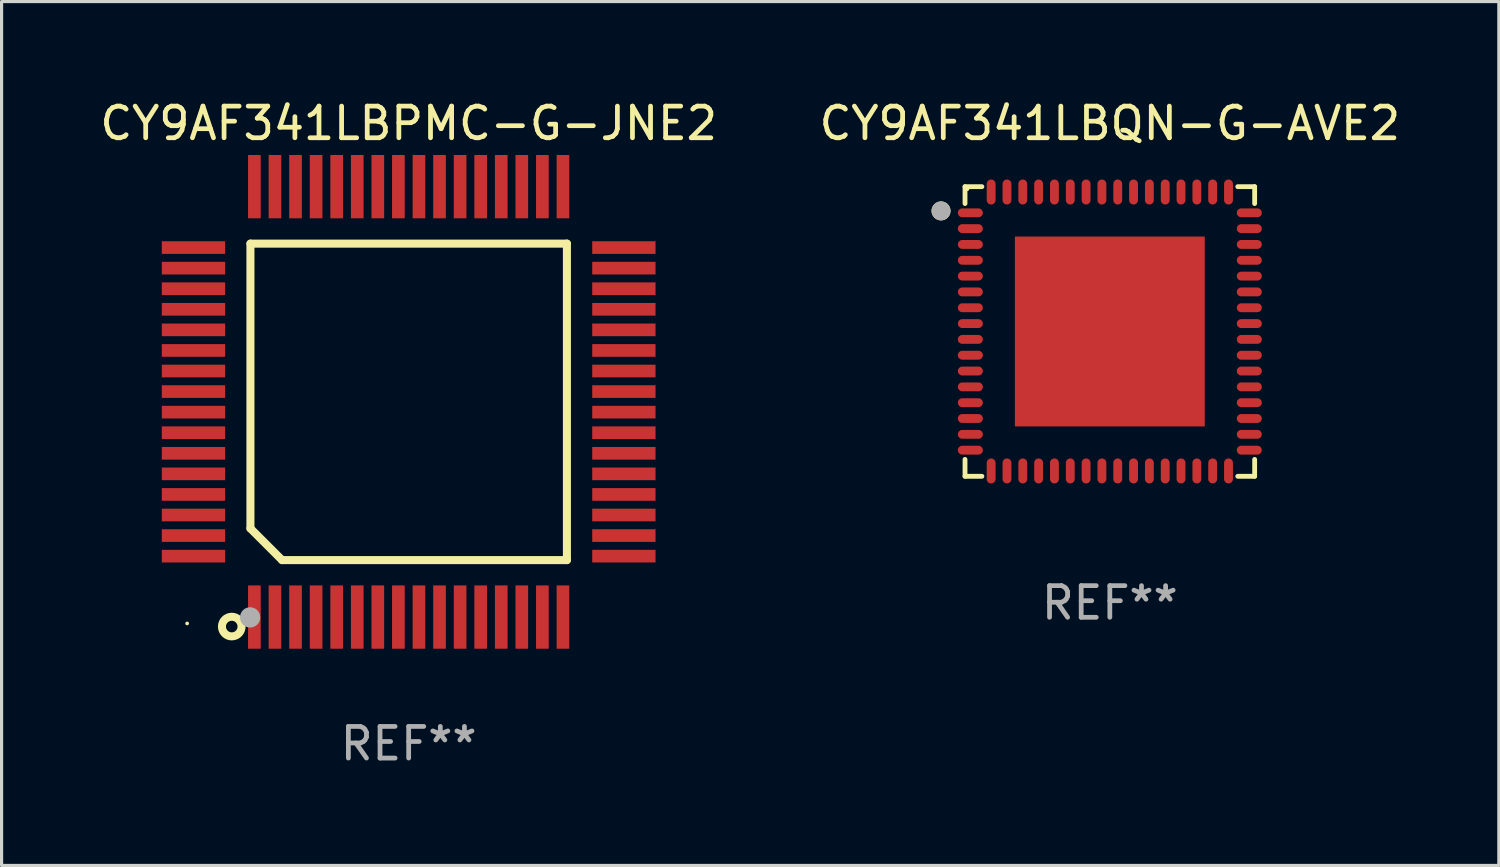
<source format=kicad_pcb>
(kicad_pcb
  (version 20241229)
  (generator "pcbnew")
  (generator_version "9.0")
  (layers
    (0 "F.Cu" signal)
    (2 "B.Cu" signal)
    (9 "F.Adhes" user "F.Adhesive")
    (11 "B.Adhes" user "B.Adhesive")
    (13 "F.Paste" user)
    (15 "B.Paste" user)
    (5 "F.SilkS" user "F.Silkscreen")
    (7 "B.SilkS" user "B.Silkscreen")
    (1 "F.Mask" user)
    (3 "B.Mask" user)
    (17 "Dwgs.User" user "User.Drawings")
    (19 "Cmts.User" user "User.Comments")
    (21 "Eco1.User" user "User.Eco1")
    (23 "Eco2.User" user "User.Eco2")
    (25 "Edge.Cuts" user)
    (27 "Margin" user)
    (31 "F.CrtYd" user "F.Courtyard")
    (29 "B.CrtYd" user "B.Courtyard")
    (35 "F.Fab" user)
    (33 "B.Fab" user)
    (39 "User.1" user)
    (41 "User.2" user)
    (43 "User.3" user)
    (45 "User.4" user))
  (footprint "CY9AF341LBQN-G-AVE2"
    (layer "F.Cu")
    (at 32.018 7.424)
    (property "Reference" "CY9AF341LBQN-G-AVE2" (at 0 -6.576 0) (layer "F.SilkS") (effects (font (size 1 1) (thickness 0.15))))
    (attr through_hole)
    (fp_line (start -4.576 -4.576) (end -4.042 -4.576) (stroke (width 0.152) (type solid)) (layer "F.SilkS"))
    (fp_line (start -4.576 -4.042) (end -4.576 -4.576) (stroke (width 0.152) (type solid)) (layer "F.SilkS"))
    (fp_line (start -4.576 4.042) (end -4.576 4.576) (stroke (width 0.152) (type solid)) (layer "F.SilkS"))
    (fp_line (start -4.576 4.576) (end -4.042 4.576) (stroke (width 0.152) (type solid)) (layer "F.SilkS"))
    (fp_line (start 4.576 -4.576) (end 4.042 -4.576) (stroke (width 0.152) (type solid)) (layer "F.SilkS"))
    (fp_line (start 4.576 -4.042) (end 4.576 -4.576) (stroke (width 0.152) (type solid)) (layer "F.SilkS"))
    (fp_line (start 4.576 4.042) (end 4.576 4.576) (stroke (width 0.152) (type solid)) (layer "F.SilkS"))
    (fp_line (start 4.576 4.576) (end 4.042 4.576) (stroke (width 0.152) (type solid)) (layer "F.SilkS"))
    (fp_circle (center -5.334 -3.81) (end -5.184 -3.81) (stroke (width 0.3) (type solid)) (fill no) (layer "F.SilkS"))
    (fp_circle (center -4.5 -4.5) (end -4.47 -4.5) (stroke (width 0.06) (type solid)) (fill no) (layer "F.SilkS"))
    (fp_circle (center -5.334 -3.81) (end -5.184 -3.81) (stroke (width 0.3) (type solid)) (fill no) (layer "F.Fab"))
    (fp_text user "REF**" (at 0 8.576 0) (layer "F.Fab") (effects (font (size 1 1) (thickness 0.15))))
    (pad "1" smd oval (at -4.407 -3.75) (size 0.79 0.28) (layers "F.Cu" "F.Mask" "F.Paste"))
    (pad "2" smd oval (at -4.407 -3.25) (size 0.79 0.28) (layers "F.Cu" "F.Mask" "F.Paste"))
    (pad "3" smd oval (at -4.407 -2.75) (size 0.79 0.28) (layers "F.Cu" "F.Mask" "F.Paste"))
    (pad "4" smd oval (at -4.407 -2.25) (size 0.79 0.28) (layers "F.Cu" "F.Mask" "F.Paste"))
    (pad "5" smd oval (at -4.407 -1.75) (size 0.79 0.28) (layers "F.Cu" "F.Mask" "F.Paste"))
    (pad "6" smd oval (at -4.407 -1.25) (size 0.79 0.28) (layers "F.Cu" "F.Mask" "F.Paste"))
    (pad "7" smd oval (at -4.407 -0.75) (size 0.79 0.28) (layers "F.Cu" "F.Mask" "F.Paste"))
    (pad "8" smd oval (at -4.407 -0.25) (size 0.79 0.28) (layers "F.Cu" "F.Mask" "F.Paste"))
    (pad "9" smd oval (at -4.407 0.25) (size 0.79 0.28) (layers "F.Cu" "F.Mask" "F.Paste"))
    (pad "10" smd oval (at -4.407 0.75) (size 0.79 0.28) (layers "F.Cu" "F.Mask" "F.Paste"))
    (pad "11" smd oval (at -4.407 1.25) (size 0.79 0.28) (layers "F.Cu" "F.Mask" "F.Paste"))
    (pad "12" smd oval (at -4.407 1.75) (size 0.79 0.28) (layers "F.Cu" "F.Mask" "F.Paste"))
    (pad "13" smd oval (at -4.407 2.25) (size 0.79 0.28) (layers "F.Cu" "F.Mask" "F.Paste"))
    (pad "14" smd oval (at -4.407 2.75) (size 0.79 0.28) (layers "F.Cu" "F.Mask" "F.Paste"))
    (pad "15" smd oval (at -4.407 3.25) (size 0.79 0.28) (layers "F.Cu" "F.Mask" "F.Paste"))
    (pad "16" smd oval (at -4.407 3.75) (size 0.79 0.28) (layers "F.Cu" "F.Mask" "F.Paste"))
    (pad "17" smd oval (at -3.75 4.407) (size 0.28 0.79) (layers "F.Cu" "F.Mask" "F.Paste"))
    (pad "18" smd oval (at -3.25 4.407) (size 0.28 0.79) (layers "F.Cu" "F.Mask" "F.Paste"))
    (pad "19" smd oval (at -2.75 4.407) (size 0.28 0.79) (layers "F.Cu" "F.Mask" "F.Paste"))
    (pad "20" smd oval (at -2.25 4.407) (size 0.28 0.79) (layers "F.Cu" "F.Mask" "F.Paste"))
    (pad "21" smd oval (at -1.75 4.407) (size 0.28 0.79) (layers "F.Cu" "F.Mask" "F.Paste"))
    (pad "22" smd oval (at -1.25 4.407) (size 0.28 0.79) (layers "F.Cu" "F.Mask" "F.Paste"))
    (pad "23" smd oval (at -0.75 4.407) (size 0.28 0.79) (layers "F.Cu" "F.Mask" "F.Paste"))
    (pad "24" smd oval (at -0.25 4.407) (size 0.28 0.79) (layers "F.Cu" "F.Mask" "F.Paste"))
    (pad "25" smd oval (at 0.25 4.407) (size 0.28 0.79) (layers "F.Cu" "F.Mask" "F.Paste"))
    (pad "26" smd oval (at 0.75 4.407) (size 0.28 0.79) (layers "F.Cu" "F.Mask" "F.Paste"))
    (pad "27" smd oval (at 1.25 4.407) (size 0.28 0.79) (layers "F.Cu" "F.Mask" "F.Paste"))
    (pad "28" smd oval (at 1.75 4.407) (size 0.28 0.79) (layers "F.Cu" "F.Mask" "F.Paste"))
    (pad "29" smd oval (at 2.25 4.407) (size 0.28 0.79) (layers "F.Cu" "F.Mask" "F.Paste"))
    (pad "30" smd oval (at 2.75 4.407) (size 0.28 0.79) (layers "F.Cu" "F.Mask" "F.Paste"))
    (pad "31" smd oval (at 3.25 4.407) (size 0.28 0.79) (layers "F.Cu" "F.Mask" "F.Paste"))
    (pad "32" smd oval (at 3.75 4.407) (size 0.28 0.79) (layers "F.Cu" "F.Mask" "F.Paste"))
    (pad "33" smd oval (at 4.407 3.75) (size 0.79 0.28) (layers "F.Cu" "F.Mask" "F.Paste"))
    (pad "34" smd oval (at 4.407 3.25) (size 0.79 0.28) (layers "F.Cu" "F.Mask" "F.Paste"))
    (pad "35" smd oval (at 4.407 2.75) (size 0.79 0.28) (layers "F.Cu" "F.Mask" "F.Paste"))
    (pad "36" smd oval (at 4.407 2.25) (size 0.79 0.28) (layers "F.Cu" "F.Mask" "F.Paste"))
    (pad "37" smd oval (at 4.407 1.75) (size 0.79 0.28) (layers "F.Cu" "F.Mask" "F.Paste"))
    (pad "38" smd oval (at 4.407 1.25) (size 0.79 0.28) (layers "F.Cu" "F.Mask" "F.Paste"))
    (pad "39" smd oval (at 4.407 0.75) (size 0.79 0.28) (layers "F.Cu" "F.Mask" "F.Paste"))
    (pad "40" smd oval (at 4.407 0.25) (size 0.79 0.28) (layers "F.Cu" "F.Mask" "F.Paste"))
    (pad "41" smd oval (at 4.407 -0.25) (size 0.79 0.28) (layers "F.Cu" "F.Mask" "F.Paste"))
    (pad "42" smd oval (at 4.407 -0.75) (size 0.79 0.28) (layers "F.Cu" "F.Mask" "F.Paste"))
    (pad "43" smd oval (at 4.407 -1.25) (size 0.79 0.28) (layers "F.Cu" "F.Mask" "F.Paste"))
    (pad "44" smd oval (at 4.407 -1.75) (size 0.79 0.28) (layers "F.Cu" "F.Mask" "F.Paste"))
    (pad "45" smd oval (at 4.407 -2.25) (size 0.79 0.28) (layers "F.Cu" "F.Mask" "F.Paste"))
    (pad "46" smd oval (at 4.407 -2.75) (size 0.79 0.28) (layers "F.Cu" "F.Mask" "F.Paste"))
    (pad "47" smd oval (at 4.407 -3.25) (size 0.79 0.28) (layers "F.Cu" "F.Mask" "F.Paste"))
    (pad "48" smd oval (at 4.407 -3.75) (size 0.79 0.28) (layers "F.Cu" "F.Mask" "F.Paste"))
    (pad "49" smd oval (at 3.75 -4.407) (size 0.28 0.79) (layers "F.Cu" "F.Mask" "F.Paste"))
    (pad "50" smd oval (at 3.25 -4.407) (size 0.28 0.79) (layers "F.Cu" "F.Mask" "F.Paste"))
    (pad "51" smd oval (at 2.75 -4.407) (size 0.28 0.79) (layers "F.Cu" "F.Mask" "F.Paste"))
    (pad "52" smd oval (at 2.25 -4.407) (size 0.28 0.79) (layers "F.Cu" "F.Mask" "F.Paste"))
    (pad "53" smd oval (at 1.75 -4.407) (size 0.28 0.79) (layers "F.Cu" "F.Mask" "F.Paste"))
    (pad "54" smd oval (at 1.25 -4.407) (size 0.28 0.79) (layers "F.Cu" "F.Mask" "F.Paste"))
    (pad "55" smd oval (at 0.75 -4.407) (size 0.28 0.79) (layers "F.Cu" "F.Mask" "F.Paste"))
    (pad "56" smd oval (at 0.25 -4.407) (size 0.28 0.79) (layers "F.Cu" "F.Mask" "F.Paste"))
    (pad "57" smd oval (at -0.25 -4.407) (size 0.28 0.79) (layers "F.Cu" "F.Mask" "F.Paste"))
    (pad "58" smd oval (at -0.75 -4.407) (size 0.28 0.79) (layers "F.Cu" "F.Mask" "F.Paste"))
    (pad "59" smd oval (at -1.25 -4.407) (size 0.28 0.79) (layers "F.Cu" "F.Mask" "F.Paste"))
    (pad "60" smd oval (at -1.75 -4.407) (size 0.28 0.79) (layers "F.Cu" "F.Mask" "F.Paste"))
    (pad "61" smd oval (at -2.25 -4.407) (size 0.28 0.79) (layers "F.Cu" "F.Mask" "F.Paste"))
    (pad "62" smd oval (at -2.75 -4.407) (size 0.28 0.79) (layers "F.Cu" "F.Mask" "F.Paste"))
    (pad "63" smd oval (at -3.25 -4.407) (size 0.28 0.79) (layers "F.Cu" "F.Mask" "F.Paste"))
    (pad "64" smd oval (at -3.75 -4.407) (size 0.28 0.79) (layers "F.Cu" "F.Mask" "F.Paste"))
    (pad "65" smd rect (at 0 0) (size 6 6) (layers "F.Cu" "F.Mask" "F.Paste")))
  (footprint "CY9AF341LBPMC-G-JNE2"
    (layer "F.Cu")
    (at 9.863 9.648)
    (property "Reference" "CY9AF341LBPMC-G-JNE2" (at 0 -8.8 0) (layer "F.SilkS") (effects (font (size 1 1) (thickness 0.15))))
    (attr through_hole)
    (fp_line (start -5 -5) (end 5 -5) (stroke (width 0.254) (type solid)) (layer "F.SilkS"))
    (fp_line (start -5 4) (end -5 -5) (stroke (width 0.254) (type solid)) (layer "F.SilkS"))
    (fp_line (start -4 5) (end -5 4) (stroke (width 0.254) (type solid)) (layer "F.SilkS"))
    (fp_line (start 5 -5) (end 5 5) (stroke (width 0.254) (type solid)) (layer "F.SilkS"))
    (fp_line (start 5 5) (end -4 5) (stroke (width 0.254) (type solid)) (layer "F.SilkS"))
    (fp_circle (center -7 7) (end -6.97 7) (stroke (width 0.06) (type solid)) (fill no) (layer "F.SilkS"))
    (fp_circle (center -5.59 7.1) (end -5.28 7.1) (stroke (width 0.254) (type solid)) (fill no) (layer "F.SilkS"))
    (fp_circle (center -5.01 6.81) (end -4.85 6.81) (stroke (width 0.32) (type solid)) (fill no) (layer "F.Fab"))
    (fp_text user "REF**" (at 0 10.8 0) (layer "F.Fab") (effects (font (size 1 1) (thickness 0.15))))
    (pad "1" smd rect (at -4.875 6.8) (size 0.4 2) (layers "F.Cu" "F.Mask" "F.Paste"))
    (pad "2" smd rect (at -4.225 6.8) (size 0.4 2) (layers "F.Cu" "F.Mask" "F.Paste"))
    (pad "3" smd rect (at -3.575 6.8) (size 0.4 2) (layers "F.Cu" "F.Mask" "F.Paste"))
    (pad "4" smd rect (at -2.925 6.8) (size 0.4 2) (layers "F.Cu" "F.Mask" "F.Paste"))
    (pad "5" smd rect (at -2.275 6.8) (size 0.4 2) (layers "F.Cu" "F.Mask" "F.Paste"))
    (pad "6" smd rect (at -1.625 6.8) (size 0.4 2) (layers "F.Cu" "F.Mask" "F.Paste"))
    (pad "7" smd rect (at -0.975 6.8) (size 0.4 2) (layers "F.Cu" "F.Mask" "F.Paste"))
    (pad "8" smd rect (at -0.325 6.8) (size 0.4 2) (layers "F.Cu" "F.Mask" "F.Paste"))
    (pad "9" smd rect (at 0.325 6.8) (size 0.4 2) (layers "F.Cu" "F.Mask" "F.Paste"))
    (pad "10" smd rect (at 0.975 6.8) (size 0.4 2) (layers "F.Cu" "F.Mask" "F.Paste"))
    (pad "11" smd rect (at 1.625 6.8) (size 0.4 2) (layers "F.Cu" "F.Mask" "F.Paste"))
    (pad "12" smd rect (at 2.275 6.8) (size 0.4 2) (layers "F.Cu" "F.Mask" "F.Paste"))
    (pad "13" smd rect (at 2.925 6.8) (size 0.4 2) (layers "F.Cu" "F.Mask" "F.Paste"))
    (pad "14" smd rect (at 3.575 6.8) (size 0.4 2) (layers "F.Cu" "F.Mask" "F.Paste"))
    (pad "15" smd rect (at 4.225 6.8) (size 0.4 2) (layers "F.Cu" "F.Mask" "F.Paste"))
    (pad "16" smd rect (at 4.875 6.8) (size 0.4 2) (layers "F.Cu" "F.Mask" "F.Paste"))
    (pad "17" smd rect (at 6.8 4.875) (size 2 0.4) (layers "F.Cu" "F.Mask" "F.Paste"))
    (pad "18" smd rect (at 6.8 4.225) (size 2 0.4) (layers "F.Cu" "F.Mask" "F.Paste"))
    (pad "19" smd rect (at 6.8 3.575) (size 2 0.4) (layers "F.Cu" "F.Mask" "F.Paste"))
    (pad "20" smd rect (at 6.8 2.925) (size 2 0.4) (layers "F.Cu" "F.Mask" "F.Paste"))
    (pad "21" smd rect (at 6.8 2.275) (size 2 0.4) (layers "F.Cu" "F.Mask" "F.Paste"))
    (pad "22" smd rect (at 6.8 1.625) (size 2 0.4) (layers "F.Cu" "F.Mask" "F.Paste"))
    (pad "23" smd rect (at 6.8 0.975) (size 2 0.4) (layers "F.Cu" "F.Mask" "F.Paste"))
    (pad "24" smd rect (at 6.8 0.325) (size 2 0.4) (layers "F.Cu" "F.Mask" "F.Paste"))
    (pad "25" smd rect (at 6.8 -0.325) (size 2 0.4) (layers "F.Cu" "F.Mask" "F.Paste"))
    (pad "26" smd rect (at 6.8 -0.975) (size 2 0.4) (layers "F.Cu" "F.Mask" "F.Paste"))
    (pad "27" smd rect (at 6.8 -1.625) (size 2 0.4) (layers "F.Cu" "F.Mask" "F.Paste"))
    (pad "28" smd rect (at 6.8 -2.275) (size 2 0.4) (layers "F.Cu" "F.Mask" "F.Paste"))
    (pad "29" smd rect (at 6.8 -2.925) (size 2 0.4) (layers "F.Cu" "F.Mask" "F.Paste"))
    (pad "30" smd rect (at 6.8 -3.575) (size 2 0.4) (layers "F.Cu" "F.Mask" "F.Paste"))
    (pad "31" smd rect (at 6.8 -4.225) (size 2 0.4) (layers "F.Cu" "F.Mask" "F.Paste"))
    (pad "32" smd rect (at 6.8 -4.875) (size 2 0.4) (layers "F.Cu" "F.Mask" "F.Paste"))
    (pad "33" smd rect (at 4.875 -6.8) (size 0.4 2) (layers "F.Cu" "F.Mask" "F.Paste"))
    (pad "34" smd rect (at 4.225 -6.8) (size 0.4 2) (layers "F.Cu" "F.Mask" "F.Paste"))
    (pad "35" smd rect (at 3.575 -6.8) (size 0.4 2) (layers "F.Cu" "F.Mask" "F.Paste"))
    (pad "36" smd rect (at 2.925 -6.8) (size 0.4 2) (layers "F.Cu" "F.Mask" "F.Paste"))
    (pad "37" smd rect (at 2.275 -6.8) (size 0.4 2) (layers "F.Cu" "F.Mask" "F.Paste"))
    (pad "38" smd rect (at 1.625 -6.8) (size 0.4 2) (layers "F.Cu" "F.Mask" "F.Paste"))
    (pad "39" smd rect (at 0.975 -6.8) (size 0.4 2) (layers "F.Cu" "F.Mask" "F.Paste"))
    (pad "40" smd rect (at 0.325 -6.8) (size 0.4 2) (layers "F.Cu" "F.Mask" "F.Paste"))
    (pad "41" smd rect (at -0.325 -6.8) (size 0.4 2) (layers "F.Cu" "F.Mask" "F.Paste"))
    (pad "42" smd rect (at -0.975 -6.8) (size 0.4 2) (layers "F.Cu" "F.Mask" "F.Paste"))
    (pad "43" smd rect (at -1.625 -6.8) (size 0.4 2) (layers "F.Cu" "F.Mask" "F.Paste"))
    (pad "44" smd rect (at -2.275 -6.8) (size 0.4 2) (layers "F.Cu" "F.Mask" "F.Paste"))
    (pad "45" smd rect (at -2.925 -6.8) (size 0.4 2) (layers "F.Cu" "F.Mask" "F.Paste"))
    (pad "46" smd rect (at -3.575 -6.8) (size 0.4 2) (layers "F.Cu" "F.Mask" "F.Paste"))
    (pad "47" smd rect (at -4.225 -6.8) (size 0.4 2) (layers "F.Cu" "F.Mask" "F.Paste"))
    (pad "48" smd rect (at -4.875 -6.8) (size 0.4 2) (layers "F.Cu" "F.Mask" "F.Paste"))
    (pad "49" smd rect (at -6.8 -4.875) (size 2 0.4) (layers "F.Cu" "F.Mask" "F.Paste"))
    (pad "50" smd rect (at -6.8 -4.225) (size 2 0.4) (layers "F.Cu" "F.Mask" "F.Paste"))
    (pad "51" smd rect (at -6.8 -3.575) (size 2 0.4) (layers "F.Cu" "F.Mask" "F.Paste"))
    (pad "52" smd rect (at -6.8 -2.925) (size 2 0.4) (layers "F.Cu" "F.Mask" "F.Paste"))
    (pad "53" smd rect (at -6.8 -2.275) (size 2 0.4) (layers "F.Cu" "F.Mask" "F.Paste"))
    (pad "54" smd rect (at -6.8 -1.625) (size 2 0.4) (layers "F.Cu" "F.Mask" "F.Paste"))
    (pad "55" smd rect (at -6.8 -0.975) (size 2 0.4) (layers "F.Cu" "F.Mask" "F.Paste"))
    (pad "56" smd rect (at -6.8 -0.325) (size 2 0.4) (layers "F.Cu" "F.Mask" "F.Paste"))
    (pad "57" smd rect (at -6.8 0.325) (size 2 0.4) (layers "F.Cu" "F.Mask" "F.Paste"))
    (pad "58" smd rect (at -6.8 0.975) (size 2 0.4) (layers "F.Cu" "F.Mask" "F.Paste"))
    (pad "59" smd rect (at -6.8 1.625) (size 2 0.4) (layers "F.Cu" "F.Mask" "F.Paste"))
    (pad "60" smd rect (at -6.8 2.275) (size 2 0.4) (layers "F.Cu" "F.Mask" "F.Paste"))
    (pad "61" smd rect (at -6.8 2.925) (size 2 0.4) (layers "F.Cu" "F.Mask" "F.Paste"))
    (pad "62" smd rect (at -6.8 3.575) (size 2 0.4) (layers "F.Cu" "F.Mask" "F.Paste"))
    (pad "63" smd rect (at -6.8 4.225) (size 2 0.4) (layers "F.Cu" "F.Mask" "F.Paste"))
    (pad "64" smd rect (at -6.8 4.875) (size 2 0.4) (layers "F.Cu" "F.Mask" "F.Paste")))
  (gr_rect
    (start -3 -3)
    (end 44.31 24.297)
    (stroke (width 0.1) (type default))
    (fill no)
    (layer "Edge.Cuts")))
</source>
